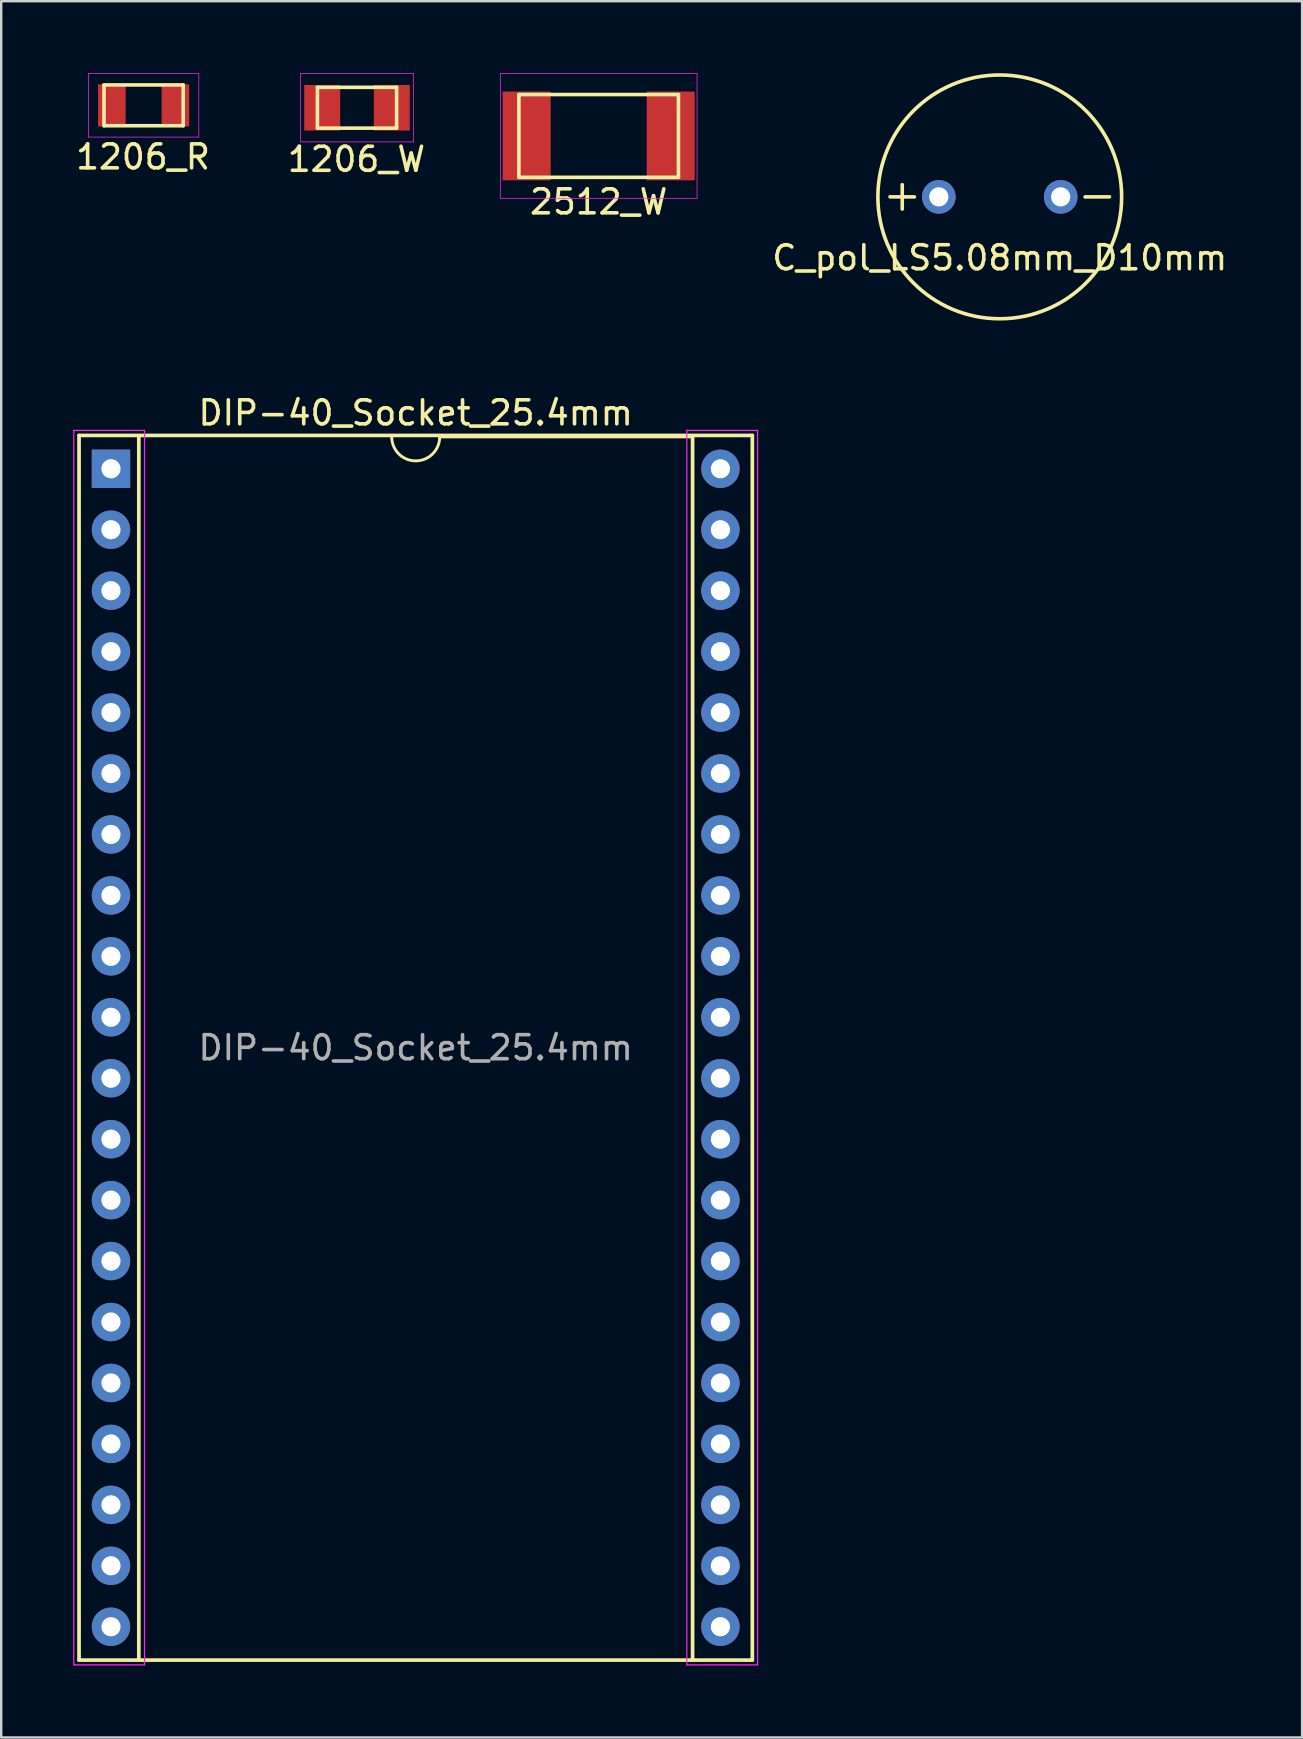
<source format=kicad_pcb>
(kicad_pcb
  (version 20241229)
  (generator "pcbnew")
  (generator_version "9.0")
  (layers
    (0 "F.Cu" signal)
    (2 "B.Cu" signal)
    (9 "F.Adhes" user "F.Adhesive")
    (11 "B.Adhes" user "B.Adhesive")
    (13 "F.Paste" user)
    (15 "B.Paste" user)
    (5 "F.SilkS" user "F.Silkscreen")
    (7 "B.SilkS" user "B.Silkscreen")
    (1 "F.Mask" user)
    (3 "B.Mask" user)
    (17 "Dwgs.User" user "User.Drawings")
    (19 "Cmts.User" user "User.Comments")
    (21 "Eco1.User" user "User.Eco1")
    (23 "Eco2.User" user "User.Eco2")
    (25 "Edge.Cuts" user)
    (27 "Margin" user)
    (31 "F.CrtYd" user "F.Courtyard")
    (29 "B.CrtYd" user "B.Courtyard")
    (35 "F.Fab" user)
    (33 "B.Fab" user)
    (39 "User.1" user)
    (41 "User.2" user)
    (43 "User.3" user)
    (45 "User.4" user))
  (footprint "1206_W"
    (layer "F.Cu")
    (at 11.829 1.44)
    (property "Reference" "1206_W" (at -0.025 2.15 0) (layer "F.SilkS") (effects (font (size 1 1) (thickness 0.15))))
    (attr smd)
    (fp_line (start -1.65 -0.85) (end 1.65 -0.85) (stroke (width 0.15) (type solid)) (layer "F.SilkS"))
    (fp_line (start -1.65 0.85) (end -1.65 -0.85) (stroke (width 0.15) (type solid)) (layer "F.SilkS"))
    (fp_line (start 1.65 -0.85) (end 1.65 0.85) (stroke (width 0.15) (type solid)) (layer "F.SilkS"))
    (fp_line (start 1.65 0.85) (end -1.65 0.85) (stroke (width 0.15) (type solid)) (layer "F.SilkS"))
    (fp_line (start -2.35 -1.425) (end -2.35 1.425) (stroke (width 0.03) (type solid)) (layer "F.CrtYd"))
    (fp_line (start -2.35 -1.425) (end 2.35 -1.425) (stroke (width 0.03) (type solid)) (layer "F.CrtYd"))
    (fp_line (start 2.35 1.425) (end -2.35 1.425) (stroke (width 0.03) (type solid)) (layer "F.CrtYd"))
    (fp_line (start 2.35 1.425) (end 2.35 -1.425) (stroke (width 0.03) (type solid)) (layer "F.CrtYd"))
    (pad "1" smd rect (at -1.45 0) (size 1.5 1.9) (layers "F.Cu" "F.Mask" "F.Paste"))
    (pad "2" smd rect (at 1.45 0) (size 1.5 1.9) (layers "F.Cu" "F.Mask" "F.Paste")))
  (footprint "C_pol_LS5.08mm_D10mm"
    (layer "F.Cu")
    (at 38.617 5.155)
    (property "Reference" "C_pol_LS5.08mm_D10mm" (at 0 2.54 0) (layer "F.SilkS") (effects (font (size 1 1) (thickness 0.15))))
    (attr through_hole)
    (fp_line (start -4.572 0) (end -3.556 0) (stroke (width 0.15) (type solid)) (layer "F.SilkS"))
    (fp_line (start -4.064 0.508) (end -4.064 -0.508) (stroke (width 0.15) (type solid)) (layer "F.SilkS"))
    (fp_line (start 3.556 0) (end 4.572 0) (stroke (width 0.15) (type solid)) (layer "F.SilkS"))
    (fp_circle (center 0 0) (end 5.08 0) (stroke (width 0.15) (type solid)) (fill no) (layer "F.SilkS"))
    (pad "+" thru_hole circle (at -2.54 0) (size 1.4 1.4) (drill 0.8) (layers "*.Cu" "*.Mask"))
    (pad "-" thru_hole circle (at 2.54 0) (size 1.4 1.4) (drill 0.8) (layers "*.Cu" "*.Mask")))
  (footprint "DIP-40_Socket_25.4mm"
    (layer "F.Cu")
    (at 1.575 16.488)
    (property "Reference" "DIP-40_Socket_25.4mm" (at 12.7 -2.33 0) (layer "F.SilkS") (effects (font (size 1 1) (thickness 0.15))))
    (attr through_hole)
    (fp_line (start -1.33 -1.39) (end -1.33 49.65) (stroke (width 0.154) (type solid)) (layer "F.SilkS"))
    (fp_line (start -1.33 49.65) (end 26.73 49.65) (stroke (width 0.154) (type solid)) (layer "F.SilkS"))
    (fp_line (start 1.16 -1.33) (end 1.16 49.59) (stroke (width 0.154) (type solid)) (layer "F.SilkS"))
    (fp_line (start 24.24 -1.33) (end 13.7 -1.33) (stroke (width 0.12) (type solid)) (layer "F.SilkS"))
    (fp_line (start 24.24 49.59) (end 24.24 -1.33) (stroke (width 0.154) (type solid)) (layer "F.SilkS"))
    (fp_line (start 26.73 -1.39) (end -1.33 -1.39) (stroke (width 0.154) (type solid)) (layer "F.SilkS"))
    (fp_line (start 26.73 49.65) (end 26.73 -1.39) (stroke (width 0.154) (type solid)) (layer "F.SilkS"))
    (fp_arc (start 13.7 -1.33) (mid 12.7 -0.33) (end 11.7 -1.33) (stroke (width 0.12) (type solid)) (layer "F.SilkS"))
    (fp_line (start -1.55 -1.6) (end -1.55 49.85) (stroke (width 0.05) (type solid)) (layer "F.CrtYd"))
    (fp_line (start 1.4 -1.6) (end -1.55 -1.6) (stroke (width 0.05) (type solid)) (layer "F.CrtYd"))
    (fp_line (start 1.4 49.85) (end -1.55 49.85) (stroke (width 0.05) (type solid)) (layer "F.CrtYd"))
    (fp_line (start 1.4 49.85) (end 1.4 -1.6) (stroke (width 0.05) (type solid)) (layer "F.CrtYd"))
    (fp_line (start 24 49.85) (end 24 -1.6) (stroke (width 0.05) (type solid)) (layer "F.CrtYd"))
    (fp_line (start 26.95 -1.6) (end 24 -1.6) (stroke (width 0.05) (type solid)) (layer "F.CrtYd"))
    (fp_line (start 26.95 49.85) (end 24 49.85) (stroke (width 0.05) (type solid)) (layer "F.CrtYd"))
    (fp_line (start 26.95 49.85) (end 26.95 -1.6) (stroke (width 0.05) (type solid)) (layer "F.CrtYd"))
    (fp_text user "${REFERENCE}" (at 12.7 24.13 0) (layer "F.Fab") (effects (font (size 1 1) (thickness 0.15))))
    (pad "1" thru_hole rect (at 0 0) (size 1.6 1.6) (drill 0.8) (layers "*.Cu" "*.Mask"))
    (pad "2" thru_hole oval (at 0 2.54) (size 1.6 1.6) (drill 0.8) (layers "*.Cu" "*.Mask"))
    (pad "3" thru_hole oval (at 0 5.08) (size 1.6 1.6) (drill 0.8) (layers "*.Cu" "*.Mask"))
    (pad "4" thru_hole oval (at 0 7.62) (size 1.6 1.6) (drill 0.8) (layers "*.Cu" "*.Mask"))
    (pad "5" thru_hole oval (at 0 10.16) (size 1.6 1.6) (drill 0.8) (layers "*.Cu" "*.Mask"))
    (pad "6" thru_hole oval (at 0 12.7) (size 1.6 1.6) (drill 0.8) (layers "*.Cu" "*.Mask"))
    (pad "7" thru_hole oval (at 0 15.24) (size 1.6 1.6) (drill 0.8) (layers "*.Cu" "*.Mask"))
    (pad "8" thru_hole oval (at 0 17.78) (size 1.6 1.6) (drill 0.8) (layers "*.Cu" "*.Mask"))
    (pad "9" thru_hole oval (at 0 20.32) (size 1.6 1.6) (drill 0.8) (layers "*.Cu" "*.Mask"))
    (pad "10" thru_hole oval (at 0 22.86) (size 1.6 1.6) (drill 0.8) (layers "*.Cu" "*.Mask"))
    (pad "11" thru_hole oval (at 0 25.4) (size 1.6 1.6) (drill 0.8) (layers "*.Cu" "*.Mask"))
    (pad "12" thru_hole oval (at 0 27.94) (size 1.6 1.6) (drill 0.8) (layers "*.Cu" "*.Mask"))
    (pad "13" thru_hole oval (at 0 30.48) (size 1.6 1.6) (drill 0.8) (layers "*.Cu" "*.Mask"))
    (pad "14" thru_hole oval (at 0 33.02) (size 1.6 1.6) (drill 0.8) (layers "*.Cu" "*.Mask"))
    (pad "15" thru_hole oval (at 0 35.56) (size 1.6 1.6) (drill 0.8) (layers "*.Cu" "*.Mask"))
    (pad "16" thru_hole oval (at 0 38.1) (size 1.6 1.6) (drill 0.8) (layers "*.Cu" "*.Mask"))
    (pad "17" thru_hole oval (at 0 40.64) (size 1.6 1.6) (drill 0.8) (layers "*.Cu" "*.Mask"))
    (pad "18" thru_hole oval (at 0 43.18) (size 1.6 1.6) (drill 0.8) (layers "*.Cu" "*.Mask"))
    (pad "19" thru_hole oval (at 0 45.72) (size 1.6 1.6) (drill 0.8) (layers "*.Cu" "*.Mask"))
    (pad "20" thru_hole oval (at 0 48.26) (size 1.6 1.6) (drill 0.8) (layers "*.Cu" "*.Mask"))
    (pad "21" thru_hole oval (at 25.4 48.26) (size 1.6 1.6) (drill 0.8) (layers "*.Cu" "*.Mask"))
    (pad "22" thru_hole oval (at 25.4 45.72) (size 1.6 1.6) (drill 0.8) (layers "*.Cu" "*.Mask"))
    (pad "23" thru_hole oval (at 25.4 43.18) (size 1.6 1.6) (drill 0.8) (layers "*.Cu" "*.Mask"))
    (pad "24" thru_hole oval (at 25.4 40.64) (size 1.6 1.6) (drill 0.8) (layers "*.Cu" "*.Mask"))
    (pad "25" thru_hole oval (at 25.4 38.1) (size 1.6 1.6) (drill 0.8) (layers "*.Cu" "*.Mask"))
    (pad "26" thru_hole oval (at 25.4 35.56) (size 1.6 1.6) (drill 0.8) (layers "*.Cu" "*.Mask"))
    (pad "27" thru_hole oval (at 25.4 33.02) (size 1.6 1.6) (drill 0.8) (layers "*.Cu" "*.Mask"))
    (pad "28" thru_hole oval (at 25.4 30.48) (size 1.6 1.6) (drill 0.8) (layers "*.Cu" "*.Mask"))
    (pad "29" thru_hole oval (at 25.4 27.94) (size 1.6 1.6) (drill 0.8) (layers "*.Cu" "*.Mask"))
    (pad "30" thru_hole oval (at 25.4 25.4) (size 1.6 1.6) (drill 0.8) (layers "*.Cu" "*.Mask"))
    (pad "31" thru_hole oval (at 25.4 22.86) (size 1.6 1.6) (drill 0.8) (layers "*.Cu" "*.Mask"))
    (pad "32" thru_hole oval (at 25.4 20.32) (size 1.6 1.6) (drill 0.8) (layers "*.Cu" "*.Mask"))
    (pad "33" thru_hole oval (at 25.4 17.78) (size 1.6 1.6) (drill 0.8) (layers "*.Cu" "*.Mask"))
    (pad "34" thru_hole oval (at 25.4 15.24) (size 1.6 1.6) (drill 0.8) (layers "*.Cu" "*.Mask"))
    (pad "35" thru_hole oval (at 25.4 12.7) (size 1.6 1.6) (drill 0.8) (layers "*.Cu" "*.Mask"))
    (pad "36" thru_hole oval (at 25.4 10.16) (size 1.6 1.6) (drill 0.8) (layers "*.Cu" "*.Mask"))
    (pad "37" thru_hole oval (at 25.4 7.62) (size 1.6 1.6) (drill 0.8) (layers "*.Cu" "*.Mask"))
    (pad "38" thru_hole oval (at 25.4 5.08) (size 1.6 1.6) (drill 0.8) (layers "*.Cu" "*.Mask"))
    (pad "39" thru_hole oval (at 25.4 2.54) (size 1.6 1.6) (drill 0.8) (layers "*.Cu" "*.Mask"))
    (pad "40" thru_hole oval (at 25.4 0) (size 1.6 1.6) (drill 0.8) (layers "*.Cu" "*.Mask")))
  (footprint "2512_W"
    (layer "F.Cu")
    (at 21.901 2.615)
    (property "Reference" "2512_W" (at 0 2.75 0) (layer "F.SilkS") (effects (font (size 1 1) (thickness 0.15))))
    (attr through_hole)
    (fp_line (start -3.325 -1.725) (end -3.325 1.725) (stroke (width 0.15) (type solid)) (layer "F.SilkS"))
    (fp_line (start -3.325 1.725) (end 3.325 1.725) (stroke (width 0.15) (type solid)) (layer "F.SilkS"))
    (fp_line (start 3.325 -1.725) (end -3.325 -1.725) (stroke (width 0.15) (type solid)) (layer "F.SilkS"))
    (fp_line (start 3.325 1.725) (end 3.325 -1.725) (stroke (width 0.15) (type solid)) (layer "F.SilkS"))
    (fp_line (start -4.1 -2.6) (end 4.1 -2.6) (stroke (width 0.03) (type solid)) (layer "F.CrtYd"))
    (fp_line (start -4.1 0) (end -4.1 -2.6) (stroke (width 0.03) (type solid)) (layer "F.CrtYd"))
    (fp_line (start -4.1 2.6) (end -4.1 0) (stroke (width 0.03) (type solid)) (layer "F.CrtYd"))
    (fp_line (start 4.1 -2.6) (end 4.1 2.6) (stroke (width 0.03) (type solid)) (layer "F.CrtYd"))
    (fp_line (start 4.1 2.6) (end -4.1 2.6) (stroke (width 0.03) (type solid)) (layer "F.CrtYd"))
    (pad "1" smd rect (at -3 0) (size 2 3.7) (layers "F.Cu" "F.Mask" "F.Paste"))
    (pad "2" smd rect (at 3 0) (size 2 3.7) (layers "F.Cu" "F.Mask" "F.Paste")))
  (footprint "1206_R"
    (layer "F.Cu")
    (at 2.936 1.34)
    (property "Reference" "1206_R" (at -0.025 2.15 0) (layer "F.SilkS") (effects (font (size 1 1) (thickness 0.15))))
    (attr smd)
    (fp_line (start -1.65 -0.85) (end 1.65 -0.85) (stroke (width 0.15) (type solid)) (layer "F.SilkS"))
    (fp_line (start -1.65 0.85) (end -1.65 -0.85) (stroke (width 0.15) (type solid)) (layer "F.SilkS"))
    (fp_line (start 1.65 -0.85) (end 1.65 0.85) (stroke (width 0.15) (type solid)) (layer "F.SilkS"))
    (fp_line (start 1.65 0.85) (end -1.65 0.85) (stroke (width 0.15) (type solid)) (layer "F.SilkS"))
    (fp_line (start -2.3 -1.325) (end -2.3 1.325) (stroke (width 0.03) (type solid)) (layer "F.CrtYd"))
    (fp_line (start -2.3 -1.325) (end 2.3 -1.325) (stroke (width 0.03) (type solid)) (layer "F.CrtYd"))
    (fp_line (start 2.3 1.325) (end -2.3 1.325) (stroke (width 0.03) (type solid)) (layer "F.CrtYd"))
    (fp_line (start 2.3 1.325) (end 2.3 -1.325) (stroke (width 0.03) (type solid)) (layer "F.CrtYd"))
    (pad "1" smd rect (at -1.325 0) (size 1.15 1.75) (layers "F.Cu" "F.Mask" "F.Paste"))
    (pad "2" smd rect (at 1.325 0) (size 1.15 1.75) (layers "F.Cu" "F.Mask" "F.Paste")))
  (gr_rect
    (start -3 -3)
    (end 51.218 69.363)
    (stroke (width 0.1) (type default))
    (fill no)
    (layer "Edge.Cuts")))
</source>
